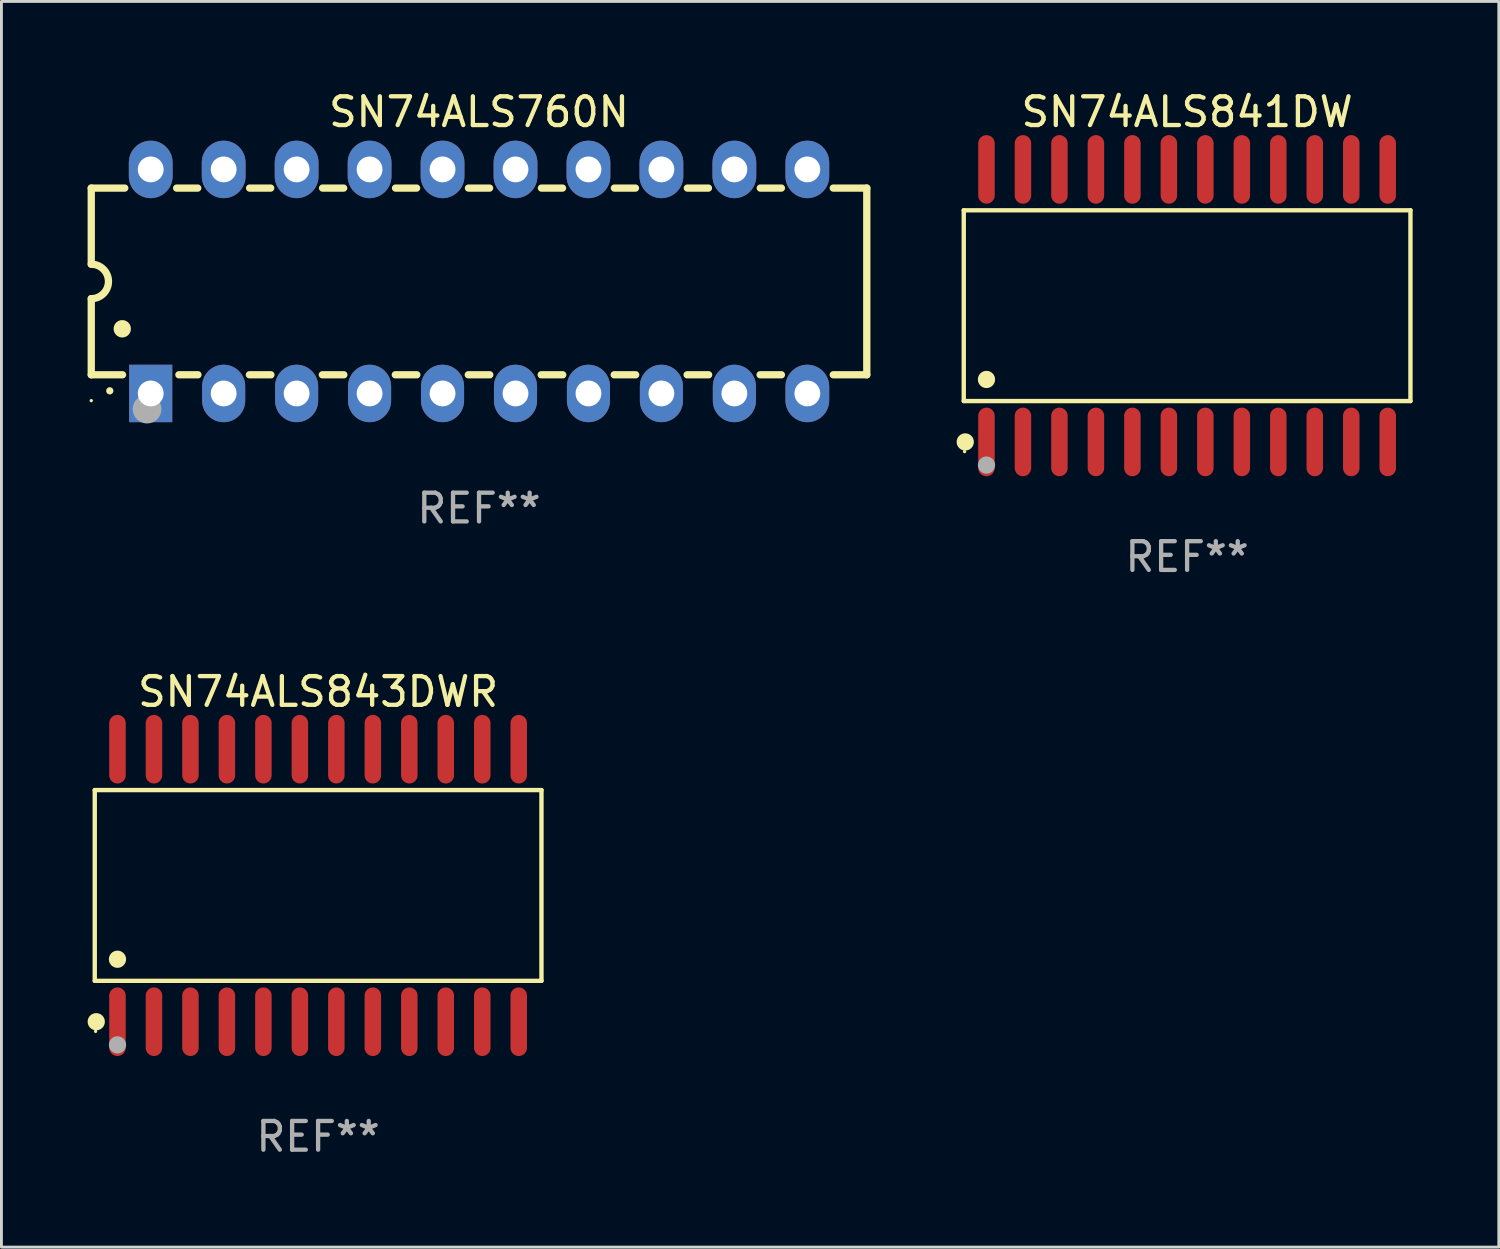
<source format=kicad_pcb>
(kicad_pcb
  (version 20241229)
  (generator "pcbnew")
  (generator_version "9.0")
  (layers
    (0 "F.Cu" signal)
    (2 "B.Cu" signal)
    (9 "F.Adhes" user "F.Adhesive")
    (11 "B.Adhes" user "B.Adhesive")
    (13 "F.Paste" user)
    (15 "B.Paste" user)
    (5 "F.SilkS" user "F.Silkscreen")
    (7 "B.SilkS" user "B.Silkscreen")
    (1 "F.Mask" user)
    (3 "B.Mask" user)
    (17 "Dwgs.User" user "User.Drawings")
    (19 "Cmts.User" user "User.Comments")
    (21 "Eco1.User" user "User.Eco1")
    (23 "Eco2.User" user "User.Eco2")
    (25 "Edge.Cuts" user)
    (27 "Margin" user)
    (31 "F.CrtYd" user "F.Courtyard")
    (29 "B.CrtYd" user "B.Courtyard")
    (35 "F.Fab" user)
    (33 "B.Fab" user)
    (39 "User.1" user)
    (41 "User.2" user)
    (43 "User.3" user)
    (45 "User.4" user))
  (footprint "SN74ALS760N"
    (layer "F.Cu")
    (at 13.627 6.748)
    (property "Reference" "SN74ALS760N" (at 0 -5.9 0) (layer "F.SilkS") (effects (font (size 1 1) (thickness 0.15))))
    (attr through_hole)
    (fp_line (start -13.5 -3.25) (end -12.333 -3.25) (stroke (width 0.254) (type solid)) (layer "F.SilkS"))
    (fp_line (start -13.5 -0.6) (end -13.5 -3.25) (stroke (width 0.254) (type solid)) (layer "F.SilkS"))
    (fp_line (start -13.5 3.25) (end -13.5 0.6) (stroke (width 0.254) (type solid)) (layer "F.SilkS"))
    (fp_line (start -13.5 3.25) (end -12.411 3.25) (stroke (width 0.254) (type solid)) (layer "F.SilkS"))
    (fp_line (start -10.527 -3.25) (end -9.793 -3.25) (stroke (width 0.254) (type solid)) (layer "F.SilkS"))
    (fp_line (start -10.449 3.25) (end -9.786 3.25) (stroke (width 0.254) (type solid)) (layer "F.SilkS"))
    (fp_line (start -7.994 3.25) (end -7.246 3.25) (stroke (width 0.254) (type solid)) (layer "F.SilkS"))
    (fp_line (start -7.987 -3.25) (end -7.253 -3.25) (stroke (width 0.254) (type solid)) (layer "F.SilkS"))
    (fp_line (start -5.454 3.25) (end -4.706 3.25) (stroke (width 0.254) (type solid)) (layer "F.SilkS"))
    (fp_line (start -5.447 -3.25) (end -4.713 -3.25) (stroke (width 0.254) (type solid)) (layer "F.SilkS"))
    (fp_line (start -2.914 3.25) (end -2.166 3.25) (stroke (width 0.254) (type solid)) (layer "F.SilkS"))
    (fp_line (start -2.907 -3.25) (end -2.173 -3.25) (stroke (width 0.254) (type solid)) (layer "F.SilkS"))
    (fp_line (start -0.374 3.25) (end 0.374 3.25) (stroke (width 0.254) (type solid)) (layer "F.SilkS"))
    (fp_line (start -0.367 -3.25) (end 0.367 -3.25) (stroke (width 0.254) (type solid)) (layer "F.SilkS"))
    (fp_line (start 2.166 3.25) (end 2.914 3.25) (stroke (width 0.254) (type solid)) (layer "F.SilkS"))
    (fp_line (start 2.173 -3.25) (end 2.907 -3.25) (stroke (width 0.254) (type solid)) (layer "F.SilkS"))
    (fp_line (start 4.706 3.25) (end 5.454 3.25) (stroke (width 0.254) (type solid)) (layer "F.SilkS"))
    (fp_line (start 4.713 -3.25) (end 5.447 -3.25) (stroke (width 0.254) (type solid)) (layer "F.SilkS"))
    (fp_line (start 7.246 3.25) (end 7.994 3.25) (stroke (width 0.254) (type solid)) (layer "F.SilkS"))
    (fp_line (start 7.253 -3.25) (end 7.987 -3.25) (stroke (width 0.254) (type solid)) (layer "F.SilkS"))
    (fp_line (start 9.786 3.25) (end 10.527 3.25) (stroke (width 0.254) (type solid)) (layer "F.SilkS"))
    (fp_line (start 9.793 -3.25) (end 10.527 -3.25) (stroke (width 0.254) (type solid)) (layer "F.SilkS"))
    (fp_line (start 12.333 -3.25) (end 13.5 -3.25) (stroke (width 0.254) (type solid)) (layer "F.SilkS"))
    (fp_line (start 12.333 3.25) (end 13.5 3.25) (stroke (width 0.254) (type solid)) (layer "F.SilkS"))
    (fp_line (start 13.5 -3.25) (end 13.5 3.25) (stroke (width 0.254) (type solid)) (layer "F.SilkS"))
    (fp_arc (start -13.500127 -0.599442) (mid -12.900406 0.000228) (end -13.500025 0.6) (stroke (width 0.254001) (type solid)) (layer "F.SilkS"))
    (fp_arc (start -12.854966 3.810008) (mid -12.854973 3.808738) (end -12.854966 3.807468) (stroke (width 0.25) (type solid)) (layer "F.SilkS"))
    (fp_arc (start -12.420625 1.651003) (mid -12.420636 1.648463) (end -12.420625 1.645923) (stroke (width 0.6) (type solid)) (layer "F.SilkS"))
    (fp_circle (center -13.5 4.15) (end -13.47 4.15) (stroke (width 0.06) (type solid)) (fill no) (layer "F.SilkS"))
    (fp_circle (center -11.557 4.445) (end -11.307 4.445) (stroke (width 0.5) (type solid)) (fill no) (layer "F.Fab"))
    (fp_text user "REF**" (at 0 7.9 0) (layer "F.Fab") (effects (font (size 1 1) (thickness 0.15))))
    (pad "1" thru_hole rect (at -11.43 3.9 90) (size 2 1.5) (drill 0.9) (layers "*.Cu" "*.Mask"))
    (pad "2" thru_hole oval (at -8.89 3.9 90) (size 2 1.5) (drill 0.9) (layers "*.Cu" "*.Mask"))
    (pad "3" thru_hole oval (at -6.35 3.9 90) (size 2 1.5) (drill 0.9) (layers "*.Cu" "*.Mask"))
    (pad "4" thru_hole oval (at -3.81 3.9 90) (size 2 1.5) (drill 0.9) (layers "*.Cu" "*.Mask"))
    (pad "5" thru_hole oval (at -1.27 3.9 90) (size 2 1.5) (drill 0.9) (layers "*.Cu" "*.Mask"))
    (pad "6" thru_hole oval (at 1.27 3.9 90) (size 2 1.5) (drill 0.9) (layers "*.Cu" "*.Mask"))
    (pad "7" thru_hole oval (at 3.81 3.9 90) (size 2 1.5) (drill 0.9) (layers "*.Cu" "*.Mask"))
    (pad "8" thru_hole oval (at 6.35 3.9 90) (size 2 1.5) (drill 0.9) (layers "*.Cu" "*.Mask"))
    (pad "9" thru_hole oval (at 8.89 3.9 90) (size 2 1.5) (drill 0.9) (layers "*.Cu" "*.Mask"))
    (pad "10" thru_hole oval (at 11.43 3.9 90) (size 2 1.524) (drill 0.9) (layers "*.Cu" "*.Mask"))
    (pad "11" thru_hole oval (at 11.43 -3.9 90) (size 2 1.524) (drill 0.9) (layers "*.Cu" "*.Mask"))
    (pad "12" thru_hole oval (at 8.89 -3.9 90) (size 2 1.524) (drill 0.9) (layers "*.Cu" "*.Mask"))
    (pad "13" thru_hole oval (at 6.35 -3.9 90) (size 2 1.524) (drill 0.9) (layers "*.Cu" "*.Mask"))
    (pad "14" thru_hole oval (at 3.81 -3.9 90) (size 2 1.524) (drill 0.9) (layers "*.Cu" "*.Mask"))
    (pad "15" thru_hole oval (at 1.27 -3.9 90) (size 2 1.524) (drill 0.9) (layers "*.Cu" "*.Mask"))
    (pad "16" thru_hole oval (at -1.27 -3.9 90) (size 2 1.524) (drill 0.9) (layers "*.Cu" "*.Mask"))
    (pad "17" thru_hole oval (at -3.81 -3.9 90) (size 2 1.524) (drill 0.9) (layers "*.Cu" "*.Mask"))
    (pad "18" thru_hole oval (at -6.35 -3.9 90) (size 2 1.524) (drill 0.9) (layers "*.Cu" "*.Mask"))
    (pad "19" thru_hole oval (at -8.89 -3.9 90) (size 2 1.524) (drill 0.9) (layers "*.Cu" "*.Mask"))
    (pad "20" thru_hole oval (at -11.43 -3.9 90) (size 2 1.524) (drill 0.9) (layers "*.Cu" "*.Mask")))
  (footprint "SN74ALS841DW"
    (layer "F.Cu")
    (at 38.279 7.592)
    (property "Reference" "SN74ALS841DW" (at 0 -6.744 0) (layer "F.SilkS") (effects (font (size 1 1) (thickness 0.15))))
    (attr through_hole)
    (fp_line (start -7.776 -3.321) (end 7.776 -3.321) (stroke (width 0.152) (type solid)) (layer "F.SilkS"))
    (fp_line (start -7.776 3.321) (end -7.776 -3.321) (stroke (width 0.152) (type solid)) (layer "F.SilkS"))
    (fp_line (start 7.776 -3.321) (end 7.776 3.321) (stroke (width 0.152) (type solid)) (layer "F.SilkS"))
    (fp_line (start 7.776 3.321) (end -7.776 3.321) (stroke (width 0.152) (type solid)) (layer "F.SilkS"))
    (fp_circle (center -7.747 5.08) (end -7.717 5.08) (stroke (width 0.06) (type solid)) (fill no) (layer "F.SilkS"))
    (fp_circle (center -7.724 4.744) (end -7.574 4.744) (stroke (width 0.3) (type solid)) (fill no) (layer "F.SilkS"))
    (fp_circle (center -6.985 2.569) (end -6.835 2.569) (stroke (width 0.3) (type solid)) (fill no) (layer "F.SilkS"))
    (fp_circle (center -6.985 5.55) (end -6.835 5.55) (stroke (width 0.3) (type solid)) (fill no) (layer "F.Fab"))
    (fp_text user "REF**" (at 0 8.744 0) (layer "F.Fab") (effects (font (size 1 1) (thickness 0.15))))
    (pad "1" smd oval (at -6.985 4.744) (size 0.574 2.388) (layers "F.Cu" "F.Mask" "F.Paste"))
    (pad "2" smd oval (at -5.715 4.744) (size 0.574 2.388) (layers "F.Cu" "F.Mask" "F.Paste"))
    (pad "3" smd oval (at -4.445 4.744) (size 0.574 2.388) (layers "F.Cu" "F.Mask" "F.Paste"))
    (pad "4" smd oval (at -3.175 4.744) (size 0.574 2.388) (layers "F.Cu" "F.Mask" "F.Paste"))
    (pad "5" smd oval (at -1.905 4.744) (size 0.574 2.388) (layers "F.Cu" "F.Mask" "F.Paste"))
    (pad "6" smd oval (at -0.635 4.744) (size 0.574 2.388) (layers "F.Cu" "F.Mask" "F.Paste"))
    (pad "7" smd oval (at 0.635 4.744) (size 0.574 2.388) (layers "F.Cu" "F.Mask" "F.Paste"))
    (pad "8" smd oval (at 1.905 4.744) (size 0.574 2.388) (layers "F.Cu" "F.Mask" "F.Paste"))
    (pad "9" smd oval (at 3.175 4.744) (size 0.574 2.388) (layers "F.Cu" "F.Mask" "F.Paste"))
    (pad "10" smd oval (at 4.445 4.744) (size 0.574 2.388) (layers "F.Cu" "F.Mask" "F.Paste"))
    (pad "11" smd oval (at 5.715 4.744) (size 0.574 2.388) (layers "F.Cu" "F.Mask" "F.Paste"))
    (pad "12" smd oval (at 6.985 4.744) (size 0.574 2.388) (layers "F.Cu" "F.Mask" "F.Paste"))
    (pad "13" smd oval (at 6.985 -4.744) (size 0.574 2.388) (layers "F.Cu" "F.Mask" "F.Paste"))
    (pad "14" smd oval (at 5.715 -4.744) (size 0.574 2.388) (layers "F.Cu" "F.Mask" "F.Paste"))
    (pad "15" smd oval (at 4.445 -4.744) (size 0.574 2.388) (layers "F.Cu" "F.Mask" "F.Paste"))
    (pad "16" smd oval (at 3.175 -4.744) (size 0.574 2.388) (layers "F.Cu" "F.Mask" "F.Paste"))
    (pad "17" smd oval (at 1.905 -4.744) (size 0.574 2.388) (layers "F.Cu" "F.Mask" "F.Paste"))
    (pad "18" smd oval (at 0.635 -4.744) (size 0.574 2.388) (layers "F.Cu" "F.Mask" "F.Paste"))
    (pad "19" smd oval (at -0.635 -4.744) (size 0.574 2.388) (layers "F.Cu" "F.Mask" "F.Paste"))
    (pad "20" smd oval (at -1.905 -4.744) (size 0.574 2.388) (layers "F.Cu" "F.Mask" "F.Paste"))
    (pad "21" smd oval (at -3.175 -4.744) (size 0.574 2.388) (layers "F.Cu" "F.Mask" "F.Paste"))
    (pad "22" smd oval (at -4.445 -4.744) (size 0.574 2.388) (layers "F.Cu" "F.Mask" "F.Paste"))
    (pad "23" smd oval (at -5.715 -4.744) (size 0.574 2.388) (layers "F.Cu" "F.Mask" "F.Paste"))
    (pad "24" smd oval (at -6.985 -4.744) (size 0.574 2.388) (layers "F.Cu" "F.Mask" "F.Paste")))
  (footprint "SN74ALS843DWR"
    (layer "F.Cu")
    (at 8.025 27.777)
    (property "Reference" "SN74ALS843DWR" (at 0 -6.744 0) (layer "F.SilkS") (effects (font (size 1 1) (thickness 0.15))))
    (attr through_hole)
    (fp_line (start -7.776 -3.321) (end 7.776 -3.321) (stroke (width 0.152) (type solid)) (layer "F.SilkS"))
    (fp_line (start -7.776 3.321) (end -7.776 -3.321) (stroke (width 0.152) (type solid)) (layer "F.SilkS"))
    (fp_line (start 7.776 -3.321) (end 7.776 3.321) (stroke (width 0.152) (type solid)) (layer "F.SilkS"))
    (fp_line (start 7.776 3.321) (end -7.776 3.321) (stroke (width 0.152) (type solid)) (layer "F.SilkS"))
    (fp_circle (center -7.747 5.08) (end -7.717 5.08) (stroke (width 0.06) (type solid)) (fill no) (layer "F.SilkS"))
    (fp_circle (center -7.724 4.744) (end -7.574 4.744) (stroke (width 0.3) (type solid)) (fill no) (layer "F.SilkS"))
    (fp_circle (center -6.985 2.569) (end -6.835 2.569) (stroke (width 0.3) (type solid)) (fill no) (layer "F.SilkS"))
    (fp_circle (center -6.985 5.55) (end -6.835 5.55) (stroke (width 0.3) (type solid)) (fill no) (layer "F.Fab"))
    (fp_text user "REF**" (at 0 8.744 0) (layer "F.Fab") (effects (font (size 1 1) (thickness 0.15))))
    (pad "1" smd oval (at -6.985 4.744) (size 0.574 2.388) (layers "F.Cu" "F.Mask" "F.Paste"))
    (pad "2" smd oval (at -5.715 4.744) (size 0.574 2.388) (layers "F.Cu" "F.Mask" "F.Paste"))
    (pad "3" smd oval (at -4.445 4.744) (size 0.574 2.388) (layers "F.Cu" "F.Mask" "F.Paste"))
    (pad "4" smd oval (at -3.175 4.744) (size 0.574 2.388) (layers "F.Cu" "F.Mask" "F.Paste"))
    (pad "5" smd oval (at -1.905 4.744) (size 0.574 2.388) (layers "F.Cu" "F.Mask" "F.Paste"))
    (pad "6" smd oval (at -0.635 4.744) (size 0.574 2.388) (layers "F.Cu" "F.Mask" "F.Paste"))
    (pad "7" smd oval (at 0.635 4.744) (size 0.574 2.388) (layers "F.Cu" "F.Mask" "F.Paste"))
    (pad "8" smd oval (at 1.905 4.744) (size 0.574 2.388) (layers "F.Cu" "F.Mask" "F.Paste"))
    (pad "9" smd oval (at 3.175 4.744) (size 0.574 2.388) (layers "F.Cu" "F.Mask" "F.Paste"))
    (pad "10" smd oval (at 4.445 4.744) (size 0.574 2.388) (layers "F.Cu" "F.Mask" "F.Paste"))
    (pad "11" smd oval (at 5.715 4.744) (size 0.574 2.388) (layers "F.Cu" "F.Mask" "F.Paste"))
    (pad "12" smd oval (at 6.985 4.744) (size 0.574 2.388) (layers "F.Cu" "F.Mask" "F.Paste"))
    (pad "13" smd oval (at 6.985 -4.744) (size 0.574 2.388) (layers "F.Cu" "F.Mask" "F.Paste"))
    (pad "14" smd oval (at 5.715 -4.744) (size 0.574 2.388) (layers "F.Cu" "F.Mask" "F.Paste"))
    (pad "15" smd oval (at 4.445 -4.744) (size 0.574 2.388) (layers "F.Cu" "F.Mask" "F.Paste"))
    (pad "16" smd oval (at 3.175 -4.744) (size 0.574 2.388) (layers "F.Cu" "F.Mask" "F.Paste"))
    (pad "17" smd oval (at 1.905 -4.744) (size 0.574 2.388) (layers "F.Cu" "F.Mask" "F.Paste"))
    (pad "18" smd oval (at 0.635 -4.744) (size 0.574 2.388) (layers "F.Cu" "F.Mask" "F.Paste"))
    (pad "19" smd oval (at -0.635 -4.744) (size 0.574 2.388) (layers "F.Cu" "F.Mask" "F.Paste"))
    (pad "20" smd oval (at -1.905 -4.744) (size 0.574 2.388) (layers "F.Cu" "F.Mask" "F.Paste"))
    (pad "21" smd oval (at -3.175 -4.744) (size 0.574 2.388) (layers "F.Cu" "F.Mask" "F.Paste"))
    (pad "22" smd oval (at -4.445 -4.744) (size 0.574 2.388) (layers "F.Cu" "F.Mask" "F.Paste"))
    (pad "23" smd oval (at -5.715 -4.744) (size 0.574 2.388) (layers "F.Cu" "F.Mask" "F.Paste"))
    (pad "24" smd oval (at -6.985 -4.744) (size 0.574 2.388) (layers "F.Cu" "F.Mask" "F.Paste")))
  (gr_rect
    (start -3 -3)
    (end 49.131 40.369)
    (stroke (width 0.1) (type default))
    (fill no)
    (layer "Edge.Cuts")))
</source>
